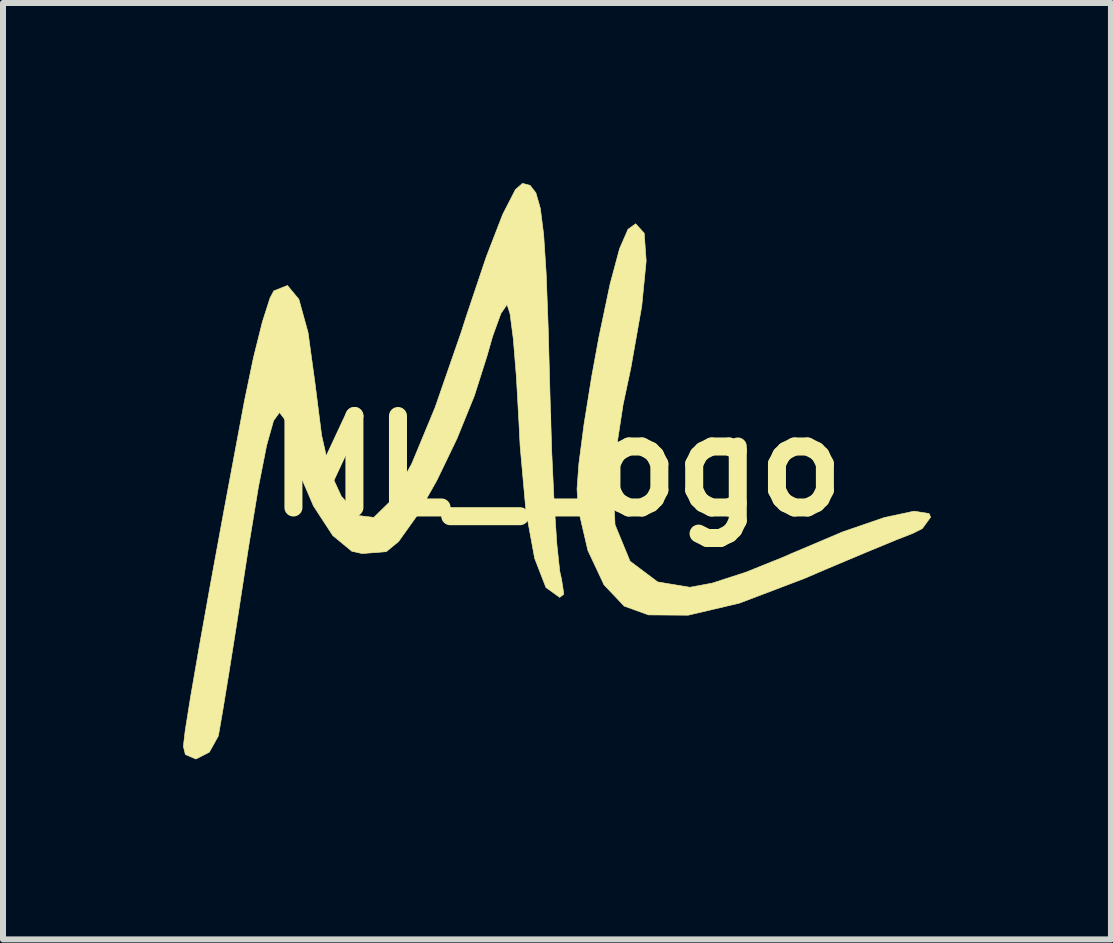
<source format=kicad_pcb>
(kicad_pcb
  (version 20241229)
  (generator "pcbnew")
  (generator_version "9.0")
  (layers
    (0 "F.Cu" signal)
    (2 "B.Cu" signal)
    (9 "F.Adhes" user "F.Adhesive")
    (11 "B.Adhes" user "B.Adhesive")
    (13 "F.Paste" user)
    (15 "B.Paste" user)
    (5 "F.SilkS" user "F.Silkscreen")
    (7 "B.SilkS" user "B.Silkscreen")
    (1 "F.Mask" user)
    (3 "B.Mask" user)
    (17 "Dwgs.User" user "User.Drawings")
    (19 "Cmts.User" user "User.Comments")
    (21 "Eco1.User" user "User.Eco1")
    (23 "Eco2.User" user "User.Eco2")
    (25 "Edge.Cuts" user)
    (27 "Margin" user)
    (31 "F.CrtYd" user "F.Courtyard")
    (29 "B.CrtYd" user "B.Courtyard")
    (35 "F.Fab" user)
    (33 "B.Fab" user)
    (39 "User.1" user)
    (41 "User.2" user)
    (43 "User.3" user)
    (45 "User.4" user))
  (footprint "ML_Logo"
    (layer "F.Cu")
    (at 6.229 4.715)
    (property "Reference" "ML_Logo" (at 0 0 0) (layer "F.SilkS") (effects (font (size 1.524 1.524) (thickness 0.3))))
    (attr through_hole)
    (fp_poly (pts (xy 1.453 -3.88) (xy 1.486 -3.418) (xy 1.412 -2.664) (xy 1.23 -1.631) (xy 1.1 -1.018) (xy 0.928 0.109) (xy 0.967 0.977) (xy 1.217 1.584) (xy 1.678 1.93) (xy 2.215 2.019) (xy 2.585 1.95) (xy 3.146 1.768) (xy 3.787 1.51) (xy 3.902 1.459) (xy 4.761 1.095) (xy 5.456 0.856) (xy 5.949 0.751) (xy 6.2 0.791) (xy 6.224 0.851) (xy 6.087 1.04) (xy 5.929 1.12) (xy 5.653 1.228) (xy 5.152 1.435) (xy 4.51 1.705) (xy 4.121 1.872) (xy 3.039 2.283) (xy 2.185 2.484) (xy 1.525 2.479) (xy 1.12 2.333) (xy 0.784 1.978) (xy 0.514 1.403) (xy 0.356 0.722) (xy 0.334 0.384) (xy 0.365 -0.041) (xy 0.451 -0.699) (xy 0.578 -1.49) (xy 0.698 -2.145) (xy 0.885 -3.034) (xy 1.043 -3.623) (xy 1.184 -3.946) (xy 1.311 -4.037) (xy 1.453 -3.88)) (stroke (width 0.01) (type solid)) (fill yes) (layer "F.SilkS"))
    (fp_poly (pts (xy -0.448 -4.677) (xy -0.351 -4.551) (xy -0.277 -4.292) (xy -0.222 -3.857) (xy -0.18 -3.207) (xy -0.146 -2.3) (xy -0.116 -1.177) (xy -0.087 -0.226) (xy -0.047 0.622) (xy -0.002 1.302) (xy 0.046 1.752) (xy 0.077 1.892) (xy 0.114 2.133) (xy 0.045 2.187) (xy -0.184 2.022) (xy -0.372 1.537) (xy -0.517 0.747) (xy -0.614 -0.335) (xy -0.633 -0.715) (xy -0.676 -1.485) (xy -0.727 -2.115) (xy -0.782 -2.539) (xy -0.832 -2.691) (xy -0.934 -2.543) (xy -1.072 -2.163) (xy -1.166 -1.833) (xy -1.376 -1.172) (xy -1.667 -0.456) (xy -2.001 0.238) (xy -2.338 0.835) (xy -2.639 1.257) (xy -2.843 1.425) (xy -3.245 1.457) (xy -3.417 1.419) (xy -3.736 1.156) (xy -4.056 0.665) (xy -4.321 0.049) (xy -4.447 -0.425) (xy -4.534 -0.777) (xy -4.623 -0.893) (xy -4.722 -0.756) (xy -4.837 -0.346) (xy -4.975 0.354) (xy -5.141 1.364) (xy -5.203 1.766) (xy -5.339 2.649) (xy -5.464 3.437) (xy -5.566 4.06) (xy -5.632 4.443) (xy -5.644 4.5) (xy -5.792 4.766) (xy -6.015 4.88) (xy -6.191 4.805) (xy -6.224 4.668) (xy -6.194 4.408) (xy -6.105 3.851) (xy -5.963 3.03) (xy -5.775 1.979) (xy -5.546 0.731) (xy -5.282 -0.681) (xy -5.208 -1.078) (xy -5.058 -1.8) (xy -4.908 -2.402) (xy -4.779 -2.804) (xy -4.717 -2.919) (xy -4.49 -3.009) (xy -4.3 -2.779) (xy -4.147 -2.225) (xy -4.03 -1.372) (xy -3.921 -0.511) (xy -3.784 0.09) (xy -3.592 0.504) (xy -3.321 0.807) (xy -3.299 0.825) (xy -3.051 0.855) (xy -2.758 0.568) (xy -2.419 -0.04) (xy -2.032 -0.973) (xy -1.594 -2.235) (xy -1.509 -2.5) (xy -1.177 -3.488) (xy -0.903 -4.196) (xy -0.692 -4.607) (xy -0.574 -4.71) (xy -0.448 -4.677)) (stroke (width 0.01) (type solid)) (fill yes) (layer "F.SilkS")))
  (gr_rect
    (start -3 -3)
    (end 15.458 12.6)
    (stroke (width 0.1) (type default))
    (fill no)
    (layer "Edge.Cuts")))
</source>
